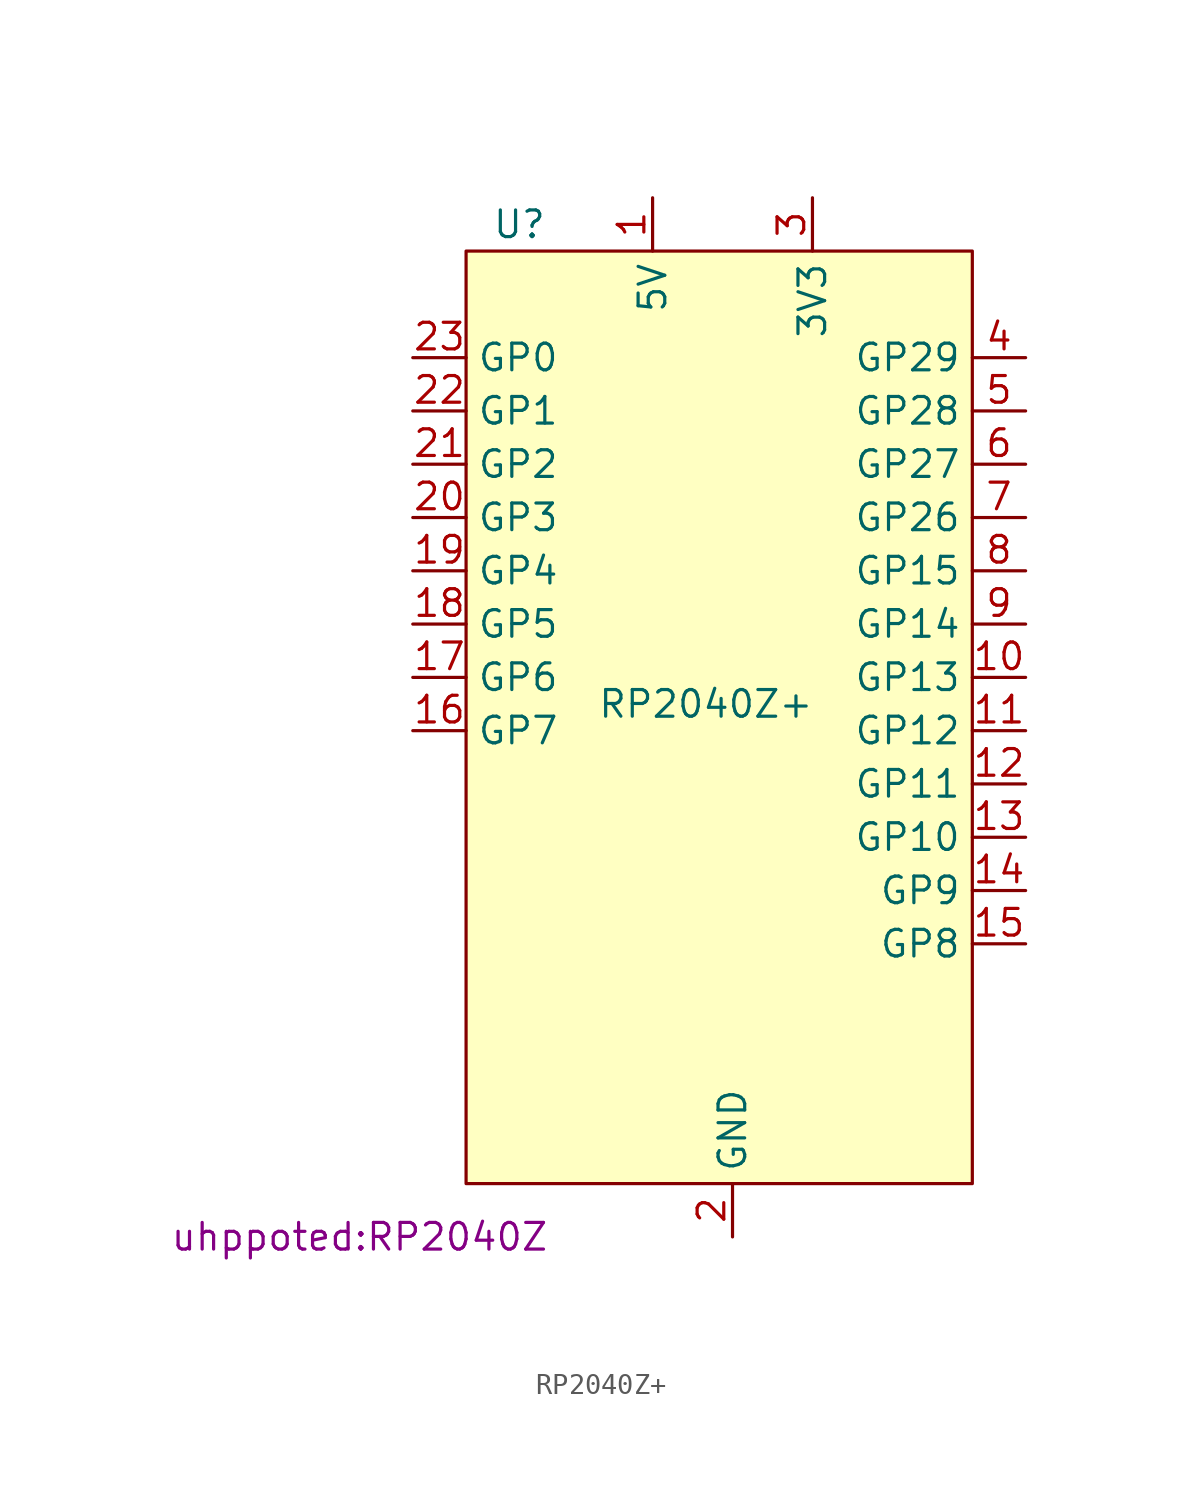
<source format=kicad_sym>
(kicad_symbol_lib
  (version 20220914)
  (generator kicad_symbol_editor)
  (symbol "RP2040Z+"
    (property "Reference" "U"
      (at -10.16 22.86 0)
      (effects (font (size 1.27 1.27))))
    (property "Value" "RP2040Z+"
      (at -1.27 0 0)
      (effects (font (size 1.27 1.27))))
    (property "Footprint" "uhppoted:RP2040Z"
      (at -17.78 -25.4 0)
      (effects (font (size 1.27 1.27))))
    (symbol "RP2040Z+_0_1"
      (rectangle (start -12.7 21.59) (end 11.43 -22.86) (stroke (width 0) (type default)) (fill (type background))))
    (symbol "RP2040Z+_1_1"
      (pin power_in line (at -3.81 24.13 270) (length 2.54) (name "5V" (effects (font (size 1.27 1.27)))) (number "1" (effects (font (size 1.27 1.27)))))
      (pin bidirectional line (at 13.97 1.27 180) (length 2.54) (name "GP13" (effects (font (size 1.27 1.27)))) (number "10" (effects (font (size 1.27 1.27)))) (alternate "I2C0 SCL" bidirectional line) (alternate "SPI1 CSn" bidirectional line) (alternate "UART0 RX" input line))
      (pin bidirectional line (at 13.97 -1.27 180) (length 2.54) (name "GP12" (effects (font (size 1.27 1.27)))) (number "11" (effects (font (size 1.27 1.27)))) (alternate "I2C0 SDA" bidirectional line) (alternate "SPI1 RX" input line) (alternate "UART0 TX" output line))
      (pin bidirectional line (at 13.97 -3.81 180) (length 2.54) (name "GP11" (effects (font (size 1.27 1.27)))) (number "12" (effects (font (size 1.27 1.27)))) (alternate "I2C1 SCL" bidirectional line) (alternate "SPI1 TX" output line))
      (pin bidirectional line (at 13.97 -6.35 180) (length 2.54) (name "GP10" (effects (font (size 1.27 1.27)))) (number "13" (effects (font (size 1.27 1.27)))) (alternate "I2C0 SCL" bidirectional line) (alternate "SPI1 SCK" bidirectional line))
      (pin bidirectional line (at 13.97 -8.89 180) (length 2.54) (name "GP9" (effects (font (size 1.27 1.27)))) (number "14" (effects (font (size 1.27 1.27)))) (alternate "I2C0 SCL" bidirectional line) (alternate "SPI1 CSn" bidirectional line) (alternate "UART1 RX" input line))
      (pin bidirectional line (at 13.97 -11.43 180) (length 2.54) (name "GP8" (effects (font (size 1.27 1.27)))) (number "15" (effects (font (size 1.27 1.27)))) (alternate "I2C0 SDA" bidirectional line) (alternate "SPI1 RX" input line) (alternate "UART1 TX" output line))
      (pin bidirectional line (at -15.24 -1.27 0) (length 2.54) (name "GP7" (effects (font (size 1.27 1.27)))) (number "16" (effects (font (size 1.27 1.27)))) (alternate "I2C1 SCL" bidirectional line) (alternate "SPI0 TX" output line))
      (pin bidirectional line (at -15.24 1.27 0) (length 2.54) (name "GP6" (effects (font (size 1.27 1.27)))) (number "17" (effects (font (size 1.27 1.27)))) (alternate "I2C1 SDA" bidirectional line) (alternate "SPI0 SCK" bidirectional line))
      (pin bidirectional line (at -15.24 3.81 0) (length 2.54) (name "GP5" (effects (font (size 1.27 1.27)))) (number "18" (effects (font (size 1.27 1.27)))) (alternate "I2C0 SCL" bidirectional line) (alternate "SPI0 CSn" bidirectional line) (alternate "UART1 RX" bidirectional line))
      (pin bidirectional line (at -15.24 6.35 0) (length 2.54) (name "GP4" (effects (font (size 1.27 1.27)))) (number "19" (effects (font (size 1.27 1.27)))) (alternate "I2C0 SDA" bidirectional line) (alternate "SPI0 RX" input line) (alternate "UART1 TX" bidirectional line))
      (pin power_in line (at 0 -25.4 90) (length 2.54) (name "GND" (effects (font (size 1.27 1.27)))) (number "2" (effects (font (size 1.27 1.27)))))
      (pin bidirectional line (at -15.24 8.89 0) (length 2.54) (name "GP3" (effects (font (size 1.27 1.27)))) (number "20" (effects (font (size 1.27 1.27)))) (alternate "I2C1 SCL" bidirectional line) (alternate "SPI0 TX" output line))
      (pin bidirectional line (at -15.24 11.43 0) (length 2.54) (name "GP2" (effects (font (size 1.27 1.27)))) (number "21" (effects (font (size 1.27 1.27)))) (alternate "I2C1 SDA" bidirectional line) (alternate "SPI0 SCK" bidirectional line))
      (pin bidirectional line (at -15.24 13.97 0) (length 2.54) (name "GP1" (effects (font (size 1.27 1.27)))) (number "22" (effects (font (size 1.27 1.27)))) (alternate "I2C0 SCL" bidirectional line) (alternate "SPI0 CSn" bidirectional line) (alternate "UART0 RX" input line))
      (pin bidirectional line (at -15.24 16.51 0) (length 2.54) (name "GP0" (effects (font (size 1.27 1.27)))) (number "23" (effects (font (size 1.27 1.27)))) (alternate "I2C0 SDA" bidirectional line) (alternate "SPI0 RX" input line) (alternate "UART0 TX" output line))
      (pin bidirectional line (at -15.24 -6.35 0) (length 2.54) hide (name "GP17" (effects (font (size 1.27 1.27)))) (number "24" (effects (font (size 1.27 1.27)))) (alternate "I2CX0 SCL" bidirectional line) (alternate "SPI0 CSn" bidirectional line) (alternate "UART0 RX" input line))
      (pin bidirectional line (at -15.24 -8.89 0) (length 2.54) hide (name "GP18" (effects (font (size 1.27 1.27)))) (number "25" (effects (font (size 1.27 1.27)))) (alternate "I2C1 SDA" bidirectional line) (alternate "SPI0 SCK" bidirectional line))
      (pin bidirectional line (at -15.24 -11.43 0) (length 2.54) hide (name "GP19" (effects (font (size 1.27 1.27)))) (number "26" (effects (font (size 1.27 1.27)))) (alternate "I2C1 SCL" bidirectional line) (alternate "SPIO TX" output line))
      (pin bidirectional line (at -15.24 -13.97 0) (length 2.54) hide (name "GP20" (effects (font (size 1.27 1.27)))) (number "27" (effects (font (size 1.27 1.27)))) (alternate "I2C0 SDA" bidirectional line))
      (pin bidirectional line (at -15.24 -16.51 0) (length 2.54) hide (name "GP21" (effects (font (size 1.27 1.27)))) (number "28" (effects (font (size 1.27 1.27)))) (alternate "I2C0 SCL" bidirectional line))
      (pin bidirectional line (at -15.24 -19.05 0) (length 2.54) hide (name "GP22" (effects (font (size 1.27 1.27)))) (number "29" (effects (font (size 1.27 1.27)))))
      (pin power_in line (at 3.81 24.13 270) (length 2.54) (name "3V3" (effects (font (size 1.27 1.27)))) (number "3" (effects (font (size 1.27 1.27)))))
      (pin bidirectional line (at 11.43 -19.05 0) (length 2.54) hide (name "GP23" (effects (font (size 1.27 1.27)))) (number "30" (effects (font (size 1.27 1.27)))))
      (pin bidirectional line (at 11.43 -16.51 0) (length 2.54) hide (name "GP24" (effects (font (size 1.27 1.27)))) (number "31" (effects (font (size 1.27 1.27)))))
      (pin bidirectional line (at 11.43 -13.97 0) (length 2.54) hide (name "GP25" (effects (font (size 1.27 1.27)))) (number "32" (effects (font (size 1.27 1.27)))))
      (pin unspecified line (at -3.81 -25.4 90) (length 2.54) hide (name "GND" (effects (font (size 1.27 1.27)))) (number "33" (effects (font (size 1.27 1.27)))))
      (pin bidirectional line (at 13.97 16.51 180) (length 2.54) (name "GP29" (effects (font (size 1.27 1.27)))) (number "4" (effects (font (size 1.27 1.27)))) (alternate "ADC3" input line))
      (pin bidirectional line (at 13.97 13.97 180) (length 2.54) (name "GP28" (effects (font (size 1.27 1.27)))) (number "5" (effects (font (size 1.27 1.27)))) (alternate "ADC2" input line))
      (pin bidirectional line (at 13.97 11.43 180) (length 2.54) (name "GP27" (effects (font (size 1.27 1.27)))) (number "6" (effects (font (size 1.27 1.27)))) (alternate "ADC1" bidirectional line) (alternate "I2C1 SCL" bidirectional line))
      (pin bidirectional line (at 13.97 8.89 180) (length 2.54) (name "GP26" (effects (font (size 1.27 1.27)))) (number "7" (effects (font (size 1.27 1.27)))) (alternate "ADC0" input line) (alternate "I2C1 SDA" bidirectional line))
      (pin bidirectional line (at 13.97 6.35 180) (length 2.54) (name "GP15" (effects (font (size 1.27 1.27)))) (number "8" (effects (font (size 1.27 1.27)))) (alternate "I2C1 SCL" bidirectional line) (alternate "SPI1 TX" output line))
      (pin bidirectional line (at 13.97 3.81 180) (length 2.54) (name "GP14" (effects (font (size 1.27 1.27)))) (number "9" (effects (font (size 1.27 1.27)))) (alternate "I2C1 SDA" bidirectional line) (alternate "SPI1 SCK" bidirectional line)))))
</source>
